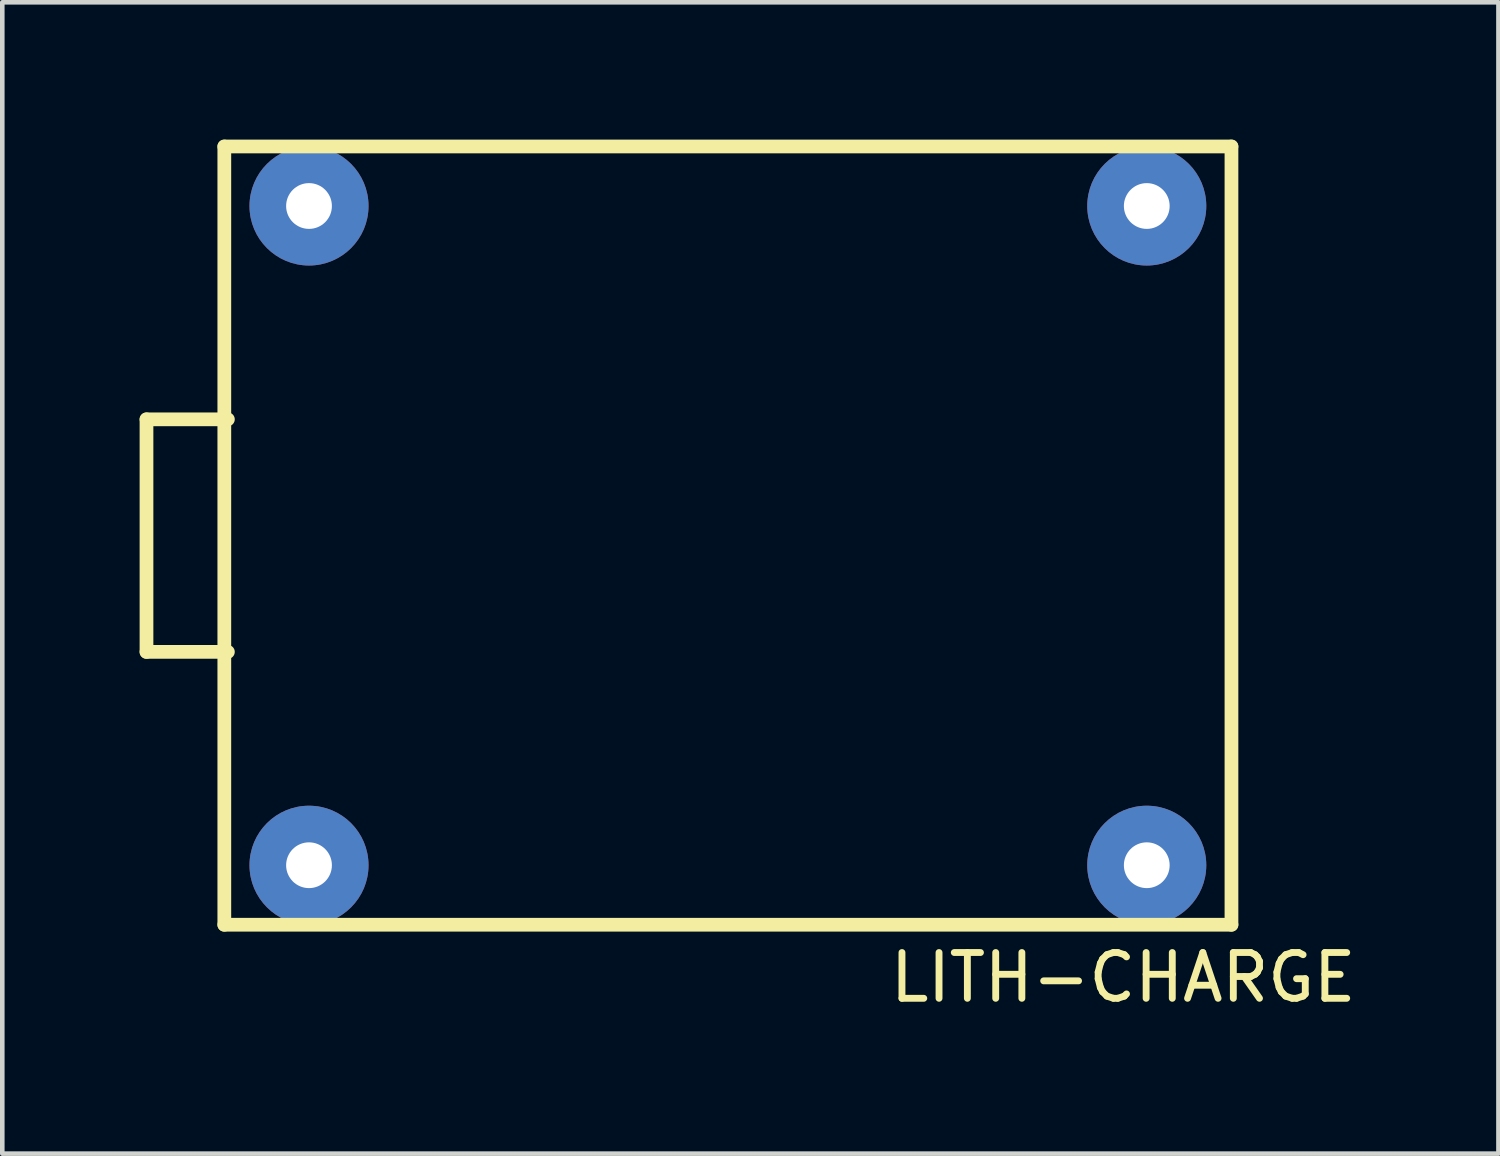
<source format=kicad_pcb>
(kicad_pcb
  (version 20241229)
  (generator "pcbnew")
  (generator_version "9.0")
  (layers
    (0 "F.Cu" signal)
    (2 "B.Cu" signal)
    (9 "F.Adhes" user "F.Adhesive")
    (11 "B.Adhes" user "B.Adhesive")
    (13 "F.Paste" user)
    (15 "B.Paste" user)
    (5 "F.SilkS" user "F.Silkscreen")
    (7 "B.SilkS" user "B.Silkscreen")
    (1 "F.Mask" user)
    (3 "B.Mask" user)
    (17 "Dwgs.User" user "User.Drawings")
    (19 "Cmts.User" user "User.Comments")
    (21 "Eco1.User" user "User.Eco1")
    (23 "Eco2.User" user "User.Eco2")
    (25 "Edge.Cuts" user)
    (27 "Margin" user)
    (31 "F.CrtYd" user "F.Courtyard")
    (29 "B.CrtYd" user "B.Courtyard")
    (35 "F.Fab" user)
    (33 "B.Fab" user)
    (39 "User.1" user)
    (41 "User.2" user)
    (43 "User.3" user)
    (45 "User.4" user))
  (footprint "LITH-CHARGE"
    (layer "F.Cu")
    (at 12.85 8.65)
    (property "Reference" "LITH-CHARGE" (at 8.636 9.652 0) (layer "F.SilkS") (effects (font (size 1 1) (thickness 0.15))))
    (attr through_hole)
    (fp_line (start -12.7 -2.54) (end -12.7 2.54) (stroke (width 0.3) (type solid)) (layer "F.SilkS"))
    (fp_line (start -12.7 2.54) (end -10.922 2.54) (stroke (width 0.3) (type solid)) (layer "F.SilkS"))
    (fp_line (start -11 -8.5) (end 11 -8.5) (stroke (width 0.3) (type solid)) (layer "F.SilkS"))
    (fp_line (start -11 8.5) (end -11 -8.5) (stroke (width 0.3) (type solid)) (layer "F.SilkS"))
    (fp_line (start -10.922 -2.54) (end -12.7 -2.54) (stroke (width 0.3) (type solid)) (layer "F.SilkS"))
    (fp_line (start 11 -8.5) (end 11 8.5) (stroke (width 0.3) (type solid)) (layer "F.SilkS"))
    (fp_line (start 11 8.5) (end -11 8.5) (stroke (width 0.3) (type solid)) (layer "F.SilkS"))
    (pad "1" thru_hole circle (at -9.15 -7.2) (size 2.6 2.6) (drill 1) (layers "*.Cu" "*.Mask"))
    (pad "2" thru_hole circle (at -9.15 7.2) (size 2.6 2.6) (drill 1) (layers "*.Cu" "*.Mask"))
    (pad "3" thru_hole circle (at 9.15 -7.2) (size 2.6 2.6) (drill 1) (layers "*.Cu" "*.Mask"))
    (pad "4" thru_hole circle (at 9.15 7.2) (size 2.6 2.6) (drill 1) (layers "*.Cu" "*.Mask")))
  (gr_rect
    (start -3 -3)
    (end 29.682 22.15)
    (stroke (width 0.1) (type default))
    (fill no)
    (layer "Edge.Cuts")))
</source>
